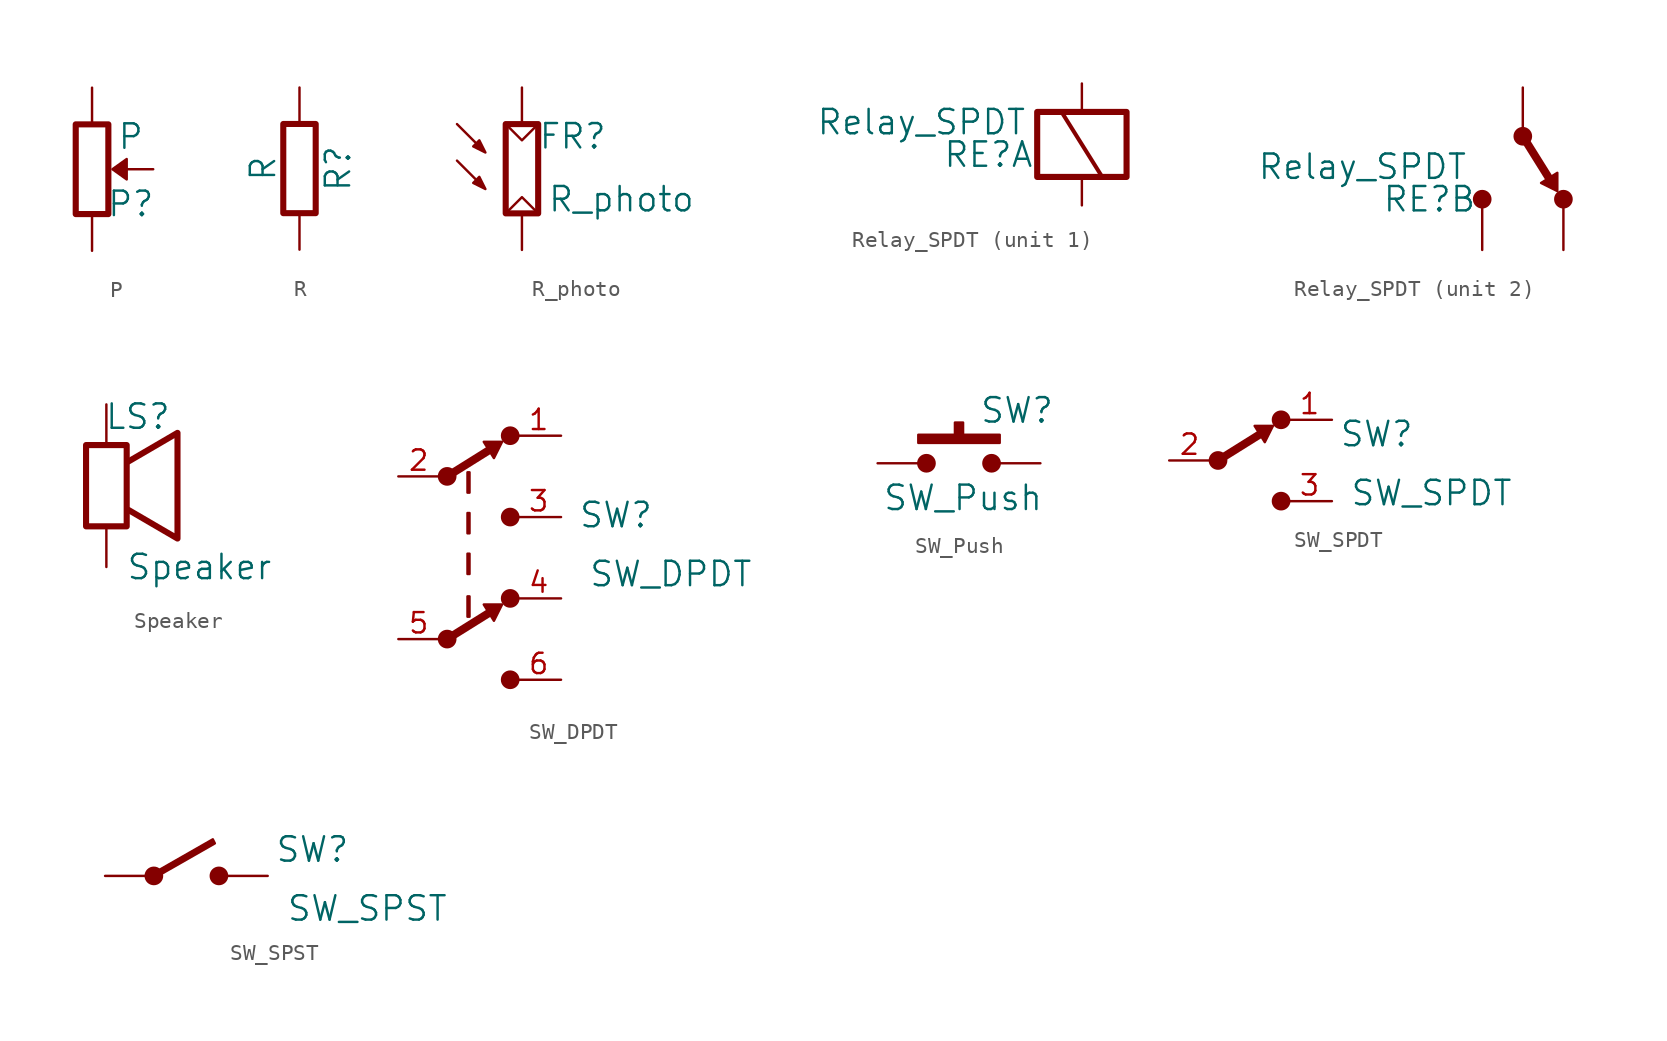
<source format=kicad_sym>
(kicad_symbol_lib
  (version 20211014)
  (generator kicad_symbol_editor)
  (symbol "P"
    (pin_numbers hide)
    (pin_names
      (offset 0) hide)
    (property "Reference" "P"
      (at 2.413 -2.159 0)
      (effects (font (size 1.524 1.524))))
    (property "Value" "P"
      (at 2.413 2.032 0)
      (effects (font (size 1.524 1.524))))
    (symbol "P_0_0"
      (text "" (at 0 3.937 0) (effects (font (size 1.27 1.27)))))
    (symbol "P_0_1"
      (rectangle (start -1.016 2.794) (end 1.016 -2.794) (stroke (width 0.381) (type default) (color 0 0 0 0)) (fill (type none)))
      (polyline (pts (xy 1.27 0) (xy 2.159 0.635) (xy 2.159 -0.635) (xy 1.27 0)) (stroke (width 0) (type default) (color 0 0 0 0)) (fill (type outline))))
    (symbol "P_1_1"
      (pin passive line (at 0 5.08 270) (length 2.25) (name "1" (effects (font (size 1.27 1.27)))) (number "1" (effects (font (size 1.27 1.27)))))
      (pin passive line (at 3.81 0 180) (length 2.25) (name "2" (effects (font (size 1.27 1.27)))) (number "2" (effects (font (size 1.27 1.27)))))
      (pin passive line (at 0 -5.08 90) (length 2.25) (name "3" (effects (font (size 1.27 1.27)))) (number "3" (effects (font (size 1.27 1.27)))))))
  (symbol "R"
    (pin_numbers hide)
    (pin_names
      (offset 0))
    (property "Reference" "R"
      (at 2.413 0 90)
      (effects (font (size 1.524 1.524))))
    (property "Value" "R"
      (at -2.286 0 90)
      (effects (font (size 1.524 1.524))))
    (symbol "R_0_1"
      (rectangle (start -1.016 2.794) (end 1.016 -2.794) (stroke (width 0.381) (type default) (color 0 0 0 0)) (fill (type none))))
    (symbol "R_1_1"
      (pin passive line (at 0 5.08 270) (length 2.25) (name "~" (effects (font (size 1.27 1.27)))) (number "1" (effects (font (size 1.27 1.27)))))
      (pin passive line (at 0 -5.08 90) (length 2.25) (name "~" (effects (font (size 1.27 1.27)))) (number "2" (effects (font (size 1.27 1.27)))))))
  (symbol "R_photo"
    (pin_numbers hide)
    (pin_names
      (offset 0))
    (property "Reference" "FR"
      (at 3.175 2.032 0)
      (effects (font (size 1.524 1.524))))
    (property "Value" "R_photo"
      (at 6.223 -1.905 0)
      (effects (font (size 1.524 1.524))))
    (symbol "R_photo_0_1"
      (rectangle (start -1.016 2.794) (end 1.016 -2.794) (stroke (width 0.381) (type default) (color 0 0 0 0)) (fill (type none)))
      (polyline (pts (xy -4.064 0.508) (xy -2.921 -0.635)) (stroke (width 0) (type default) (color 0 0 0 0)) (fill (type none)))
      (polyline (pts (xy -4.064 2.794) (xy -2.921 1.651)) (stroke (width 0) (type default) (color 0 0 0 0)) (fill (type none)))
      (polyline (pts (xy -1.016 -2.794) (xy 0 -1.778) (xy 1.016 -2.794)) (stroke (width 0) (type default) (color 0 0 0 0)) (fill (type none)))
      (polyline (pts (xy -1.016 2.794) (xy 0 1.778) (xy 1.016 2.794)) (stroke (width 0) (type default) (color 0 0 0 0)) (fill (type none)))
      (polyline (pts (xy -2.286 -1.27) (xy -2.667 -0.508) (xy -3.048 -0.889) (xy -2.286 -1.27)) (stroke (width 0) (type default) (color 0 0 0 0)) (fill (type outline)))
      (polyline (pts (xy -2.286 1.016) (xy -2.667 1.778) (xy -3.048 1.397) (xy -2.286 1.016)) (stroke (width 0) (type default) (color 0 0 0 0)) (fill (type outline))))
    (symbol "R_photo_1_1"
      (pin passive line (at 0 5.08 270) (length 2.25) (name "~" (effects (font (size 1.27 1.27)))) (number "1" (effects (font (size 1.27 1.27)))))
      (pin passive line (at 0 -5.08 90) (length 2.25) (name "~" (effects (font (size 1.27 1.27)))) (number "2" (effects (font (size 1.27 1.27)))))))
  (symbol "Relay_SPDT"
    (pin_numbers hide)
    (pin_names hide)
    (property "Reference" "RE"
      (at -5.842 -0.635 0)
      (effects (font (size 1.524 1.524))))
    (property "Value" "Relay_SPDT"
      (at -10.033 1.397 0)
      (effects (font (size 1.524 1.524))))
    (property "ki_locked" ""
      (at 0 0 0)
      (effects (font (size 1.27 1.27))))
    (symbol "Relay_SPDT_1_1"
      (rectangle (start -2.794 2.032) (end 2.794 -2.032) (stroke (width 0.381) (type default) (color 0 0 0 0)) (fill (type none)))
      (polyline (pts (xy -1.27 2.032) (xy 1.27 -2.032)) (stroke (width 0.254) (type default) (color 0 0 0 0)) (fill (type none)))
      (pin passive line (at 0 3.81 270) (length 1.778) (name "C1" (effects (font (size 1.27 1.27)))) (number "4" (effects (font (size 1.27 1.27)))))
      (pin passive line (at 0 -3.81 90) (length 1.778) (name "C2" (effects (font (size 1.27 1.27)))) (number "5" (effects (font (size 1.27 1.27))))))
    (symbol "Relay_SPDT_2_0"
      (circle (center -2.54 -0.635) (radius 0.508) (stroke (width 0) (type default) (color 0 0 0 0)) (fill (type outline)))
      (polyline (pts (xy 0 3.302) (xy 1.905 0.254)) (stroke (width 0.508) (type default) (color 0 0 0 0)) (fill (type none)))
      (polyline (pts (xy 2.159 1.016) (xy 2.159 -0.127) (xy 1.143 0.381) (xy 2.159 1.016)) (stroke (width 0) (type default) (color 0 0 0 0)) (fill (type outline)))
      (circle (center 0 3.302) (radius 0.508) (stroke (width 0) (type default) (color 0 0 0 0)) (fill (type outline))))
    (symbol "Relay_SPDT_2_1"
      (circle (center 2.54 -0.635) (radius 0.508) (stroke (width 0) (type default) (color 0 0 0 0)) (fill (type outline)))
      (pin passive line (at 0 6.35 270) (length 2.54) (name "COM" (effects (font (size 1.27 1.27)))) (number "1" (effects (font (size 1.27 1.27)))))
      (pin passive line (at -2.54 -3.81 90) (length 2.794) (name "NO" (effects (font (size 1.27 1.27)))) (number "2" (effects (font (size 1.27 1.27)))))
      (pin passive line (at 2.54 -3.81 90) (length 2.794) (name "NC" (effects (font (size 1.27 1.27)))) (number "3" (effects (font (size 1.27 1.27)))))))
  (symbol "Speaker"
    (pin_numbers hide)
    (pin_names
      (offset 0) hide)
    (property "Reference" "LS"
      (at 4.064 4.318 0)
      (effects (font (size 1.524 1.524)) (justify right)))
    (property "Value" "Speaker"
      (at 10.414 -5.08 0)
      (effects (font (size 1.524 1.524)) (justify right)))
    (symbol "Speaker_0_0"
      (rectangle (start -1.27 2.54) (end 1.27 -2.54) (stroke (width 0.381) (type default) (color 0 0 0 0)) (fill (type none))))
    (symbol "Speaker_0_1"
      (polyline (pts (xy 1.397 1.524) (xy 4.445 3.302) (xy 4.445 -3.302) (xy 1.397 -1.524)) (stroke (width 0.381) (type default) (color 0 0 0 0)) (fill (type none))))
    (symbol "Speaker_1_1"
      (pin passive line (at 0 5.08 270) (length 2.54) (name "1" (effects (font (size 1.27 1.27)))) (number "1" (effects (font (size 1.27 1.27)))))
      (pin passive line (at 0 -5.08 90) (length 2.54) (name "2" (effects (font (size 1.27 1.27)))) (number "2" (effects (font (size 1.27 1.27)))))))
  (symbol "SW_DPDT"
    (pin_names
      (offset 0) hide)
    (property "Reference" "SW"
      (at 8.509 -2.413 0)
      (effects (font (size 1.524 1.524))))
    (property "Value" "SW_DPDT"
      (at 11.938 -6.096 0)
      (effects (font (size 1.524 1.524))))
    (symbol "SW_DPDT_0_0"
      (circle (center -2.032 -10.16) (radius 0.508) (stroke (width 0) (type default) (color 0 0 0 0)) (fill (type outline)))
      (circle (center -2.032 0) (radius 0.508) (stroke (width 0) (type default) (color 0 0 0 0)) (fill (type outline)))
      (rectangle (start -0.762 -7.493) (end -0.635 -8.763) (stroke (width 0) (type default) (color 0 0 0 0)) (fill (type outline)))
      (rectangle (start -0.762 -4.826) (end -0.635 -6.096) (stroke (width 0) (type default) (color 0 0 0 0)) (fill (type outline)))
      (rectangle (start -0.762 -2.286) (end -0.635 -3.556) (stroke (width 0) (type default) (color 0 0 0 0)) (fill (type outline)))
      (rectangle (start -0.762 0.254) (end -0.635 -1.016) (stroke (width 0) (type default) (color 0 0 0 0)) (fill (type outline)))
      (polyline (pts (xy -2.032 -10.16) (xy 1.016 -8.255)) (stroke (width 0.508) (type default) (color 0 0 0 0)) (fill (type none)))
      (polyline (pts (xy -2.032 0) (xy 1.016 1.905)) (stroke (width 0.508) (type default) (color 0 0 0 0)) (fill (type none)))
      (polyline (pts (xy 0.254 -8.001) (xy 1.397 -8.001) (xy 0.889 -9.017) (xy 0.254 -8.001)) (stroke (width 0) (type default) (color 0 0 0 0)) (fill (type outline)))
      (polyline (pts (xy 0.254 2.159) (xy 1.397 2.159) (xy 0.889 1.143) (xy 0.254 2.159)) (stroke (width 0) (type default) (color 0 0 0 0)) (fill (type outline)))
      (circle (center 1.905 -12.7) (radius 0.508) (stroke (width 0) (type default) (color 0 0 0 0)) (fill (type outline)))
      (circle (center 1.905 -2.54) (radius 0.508) (stroke (width 0) (type default) (color 0 0 0 0)) (fill (type outline))))
    (symbol "SW_DPDT_0_1"
      (circle (center 1.905 -7.62) (radius 0.508) (stroke (width 0) (type default) (color 0 0 0 0)) (fill (type outline)))
      (circle (center 1.905 2.54) (radius 0.508) (stroke (width 0) (type default) (color 0 0 0 0)) (fill (type outline))))
    (symbol "SW_DPDT_1_1"
      (pin passive line (at 5.08 2.54 180) (length 2.794) (name "A1" (effects (font (size 1.27 1.27)))) (number "1" (effects (font (size 1.27 1.27)))))
      (pin passive line (at -5.08 0 0) (length 2.54) (name "B1" (effects (font (size 1.27 1.27)))) (number "2" (effects (font (size 1.27 1.27)))))
      (pin passive line (at 5.08 -2.54 180) (length 2.794) (name "C1" (effects (font (size 1.27 1.27)))) (number "3" (effects (font (size 1.27 1.27)))))
      (pin passive line (at 5.08 -7.62 180) (length 2.794) (name "A2" (effects (font (size 1.27 1.27)))) (number "4" (effects (font (size 1.27 1.27)))))
      (pin passive line (at -5.08 -10.16 0) (length 2.54) (name "B2" (effects (font (size 1.27 1.27)))) (number "5" (effects (font (size 1.27 1.27)))))
      (pin passive line (at 5.08 -12.7 180) (length 2.794) (name "C2" (effects (font (size 1.27 1.27)))) (number "6" (effects (font (size 1.27 1.27)))))))
  (symbol "SW_Push"
    (pin_numbers hide)
    (pin_names
      (offset 1.016) hide)
    (property "Reference" "SW"
      (at 1.27 3.302 0)
      (effects (font (size 1.524 1.524)) (justify left)))
    (property "Value" "SW_Push"
      (at 0.254 -2.159 0)
      (effects (font (size 1.524 1.524))))
    (symbol "SW_Push_0_1"
      (rectangle (start -2.54 1.778) (end 2.54 1.27) (stroke (width 0) (type default) (color 0 0 0 0)) (fill (type outline)))
      (circle (center -2.032 0) (radius 0.508) (stroke (width 0) (type default) (color 0 0 0 0)) (fill (type outline)))
      (rectangle (start -0.254 2.54) (end 0.254 1.524) (stroke (width 0) (type default) (color 0 0 0 0)) (fill (type outline)))
      (circle (center 2.032 0) (radius 0.508) (stroke (width 0) (type default) (color 0 0 0 0)) (fill (type outline)))
      (pin passive line (at -5.08 0 0) (length 2.54) (name "1" (effects (font (size 1.27 1.27)))) (number "1" (effects (font (size 1.27 1.27)))))
      (pin passive line (at 5.08 0 180) (length 2.54) (name "2" (effects (font (size 1.27 1.27)))) (number "2" (effects (font (size 1.27 1.27)))))))
  (symbol "SW_SPDT"
    (pin_names
      (offset 0) hide)
    (property "Reference" "SW"
      (at 7.874 1.651 0)
      (effects (font (size 1.524 1.524))))
    (property "Value" "SW_SPDT"
      (at 11.303 -2.032 0)
      (effects (font (size 1.524 1.524))))
    (symbol "SW_SPDT_0_0"
      (circle (center -2.032 0) (radius 0.508) (stroke (width 0) (type default) (color 0 0 0 0)) (fill (type outline)))
      (polyline (pts (xy -2.032 0) (xy 1.016 1.905)) (stroke (width 0.508) (type default) (color 0 0 0 0)) (fill (type none)))
      (polyline (pts (xy 0.254 2.159) (xy 1.397 2.159) (xy 0.889 1.143) (xy 0.254 2.159)) (stroke (width 0) (type default) (color 0 0 0 0)) (fill (type outline)))
      (circle (center 1.905 -2.54) (radius 0.508) (stroke (width 0) (type default) (color 0 0 0 0)) (fill (type outline))))
    (symbol "SW_SPDT_0_1"
      (circle (center 1.905 2.54) (radius 0.508) (stroke (width 0) (type default) (color 0 0 0 0)) (fill (type outline))))
    (symbol "SW_SPDT_1_1"
      (pin passive line (at 5.08 2.54 180) (length 2.794) (name "A1" (effects (font (size 1.27 1.27)))) (number "1" (effects (font (size 1.27 1.27)))))
      (pin passive line (at -5.08 0 0) (length 2.54) (name "B1" (effects (font (size 1.27 1.27)))) (number "2" (effects (font (size 1.27 1.27)))))
      (pin passive line (at 5.08 -2.54 180) (length 2.794) (name "C1" (effects (font (size 1.27 1.27)))) (number "3" (effects (font (size 1.27 1.27)))))))
  (symbol "SW_SPST"
    (pin_numbers hide)
    (pin_names
      (offset 0) hide)
    (property "Reference" "SW"
      (at 7.874 1.651 0)
      (effects (font (size 1.524 1.524))))
    (property "Value" "SW_SPST"
      (at 11.303 -2.032 0)
      (effects (font (size 1.524 1.524))))
    (symbol "SW_SPST_0_0"
      (circle (center -2.032 0) (radius 0.508) (stroke (width 0) (type default) (color 0 0 0 0)) (fill (type outline))))
    (symbol "SW_SPST_0_1"
      (polyline (pts (xy -1.778 0) (xy 1.778 2.032) (xy 1.651 2.286) (xy -1.905 0.254) (xy -1.778 0)) (stroke (width 0) (type default) (color 0 0 0 0)) (fill (type outline)))
      (circle (center 2.032 0) (radius 0.508) (stroke (width 0) (type default) (color 0 0 0 0)) (fill (type outline))))
    (symbol "SW_SPST_1_1"
      (pin passive line (at 5.08 0 180) (length 2.54) (name "A1" (effects (font (size 1.27 1.27)))) (number "1" (effects (font (size 1.27 1.27)))))
      (pin passive line (at -5.08 0 0) (length 2.54) (name "B1" (effects (font (size 1.27 1.27)))) (number "2" (effects (font (size 1.27 1.27))))))))
</source>
